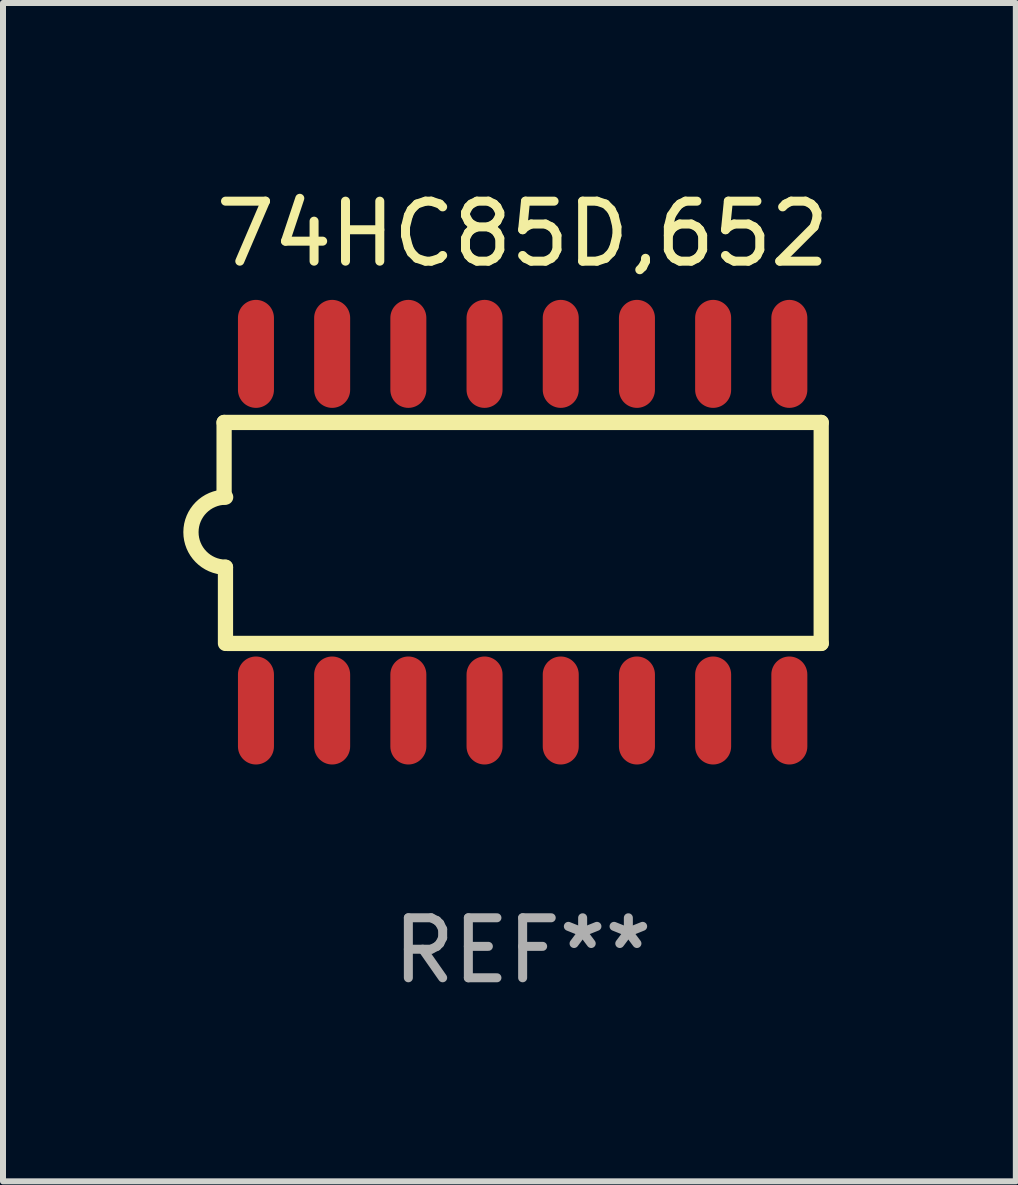
<source format=kicad_pcb>
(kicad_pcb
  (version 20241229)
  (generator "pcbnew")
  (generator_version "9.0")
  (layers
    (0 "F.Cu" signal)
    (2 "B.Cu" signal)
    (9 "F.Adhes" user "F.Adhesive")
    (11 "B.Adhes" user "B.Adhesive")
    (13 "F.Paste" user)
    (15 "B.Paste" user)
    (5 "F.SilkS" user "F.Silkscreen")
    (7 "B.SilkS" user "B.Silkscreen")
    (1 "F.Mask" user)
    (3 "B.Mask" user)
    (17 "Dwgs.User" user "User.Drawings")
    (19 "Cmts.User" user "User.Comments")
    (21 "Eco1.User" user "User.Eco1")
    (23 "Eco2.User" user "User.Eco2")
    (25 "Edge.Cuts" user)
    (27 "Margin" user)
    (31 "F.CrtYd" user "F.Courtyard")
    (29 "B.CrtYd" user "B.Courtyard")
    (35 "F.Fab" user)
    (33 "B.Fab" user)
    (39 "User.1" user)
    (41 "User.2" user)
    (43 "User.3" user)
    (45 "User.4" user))
  (footprint "74HC85D,652"
    (layer "F.Cu")
    (at 5.661 5.82)
    (property "Reference" "74HC85D,652" (at 0 -4.972 0) (layer "F.SilkS") (effects (font (size 1 1) (thickness 0.15))))
    (attr through_hole)
    (fp_line (start -4.976 -1.829) (end -4.976 -0.584) (stroke (width 0.254) (type solid)) (layer "F.SilkS"))
    (fp_line (start -4.953 0.584) (end -4.953 1.854) (stroke (width 0.254) (type solid)) (layer "F.SilkS"))
    (fp_line (start -4.928 1.854) (end 4.976 1.854) (stroke (width 0.254) (type solid)) (layer "F.SilkS"))
    (fp_line (start 4.976 -1.829) (end -4.976 -1.829) (stroke (width 0.254) (type solid)) (layer "F.SilkS"))
    (fp_line (start 4.976 1.854) (end 4.976 -1.829) (stroke (width 0.254) (type solid)) (layer "F.SilkS"))
    (fp_arc (start -4.95301 0.584201) (mid -5.533866 -0.00152) (end -4.950088 -0.584329) (stroke (width 0.254001) (type solid)) (layer "F.SilkS"))
    (fp_text user "REF**" (at 0 6.972 0) (layer "F.Fab") (effects (font (size 1 1) (thickness 0.15))))
    (pad "1" smd oval (at -4.445 2.972 180) (size 0.6 1.8) (layers "F.Cu" "F.Mask" "F.Paste"))
    (pad "2" smd oval (at -3.175 2.972 180) (size 0.6 1.8) (layers "F.Cu" "F.Mask" "F.Paste"))
    (pad "3" smd oval (at -1.905 2.972 180) (size 0.6 1.8) (layers "F.Cu" "F.Mask" "F.Paste"))
    (pad "4" smd oval (at -0.635 2.972 180) (size 0.6 1.8) (layers "F.Cu" "F.Mask" "F.Paste"))
    (pad "5" smd oval (at 0.635 2.972 180) (size 0.6 1.8) (layers "F.Cu" "F.Mask" "F.Paste"))
    (pad "6" smd oval (at 1.905 2.972 180) (size 0.6 1.8) (layers "F.Cu" "F.Mask" "F.Paste"))
    (pad "7" smd oval (at 3.175 2.972 180) (size 0.6 1.8) (layers "F.Cu" "F.Mask" "F.Paste"))
    (pad "8" smd oval (at 4.445 2.972 180) (size 0.6 1.8) (layers "F.Cu" "F.Mask" "F.Paste"))
    (pad "9" smd oval (at 4.445 -2.972 180) (size 0.6 1.8) (layers "F.Cu" "F.Mask" "F.Paste"))
    (pad "10" smd oval (at 3.175 -2.972 180) (size 0.6 1.8) (layers "F.Cu" "F.Mask" "F.Paste"))
    (pad "11" smd oval (at 1.905 -2.972 180) (size 0.6 1.8) (layers "F.Cu" "F.Mask" "F.Paste"))
    (pad "12" smd oval (at 0.635 -2.972 180) (size 0.6 1.8) (layers "F.Cu" "F.Mask" "F.Paste"))
    (pad "13" smd oval (at -0.635 -2.972 180) (size 0.6 1.8) (layers "F.Cu" "F.Mask" "F.Paste"))
    (pad "14" smd oval (at -1.905 -2.972 180) (size 0.6 1.8) (layers "F.Cu" "F.Mask" "F.Paste"))
    (pad "15" smd oval (at -3.175 -2.972 180) (size 0.6 1.8) (layers "F.Cu" "F.Mask" "F.Paste"))
    (pad "16" smd oval (at -4.445 -2.972 180) (size 0.6 1.8) (layers "F.Cu" "F.Mask" "F.Paste")))
  (gr_rect
    (start -3 -3)
    (end 13.881 16.64)
    (stroke (width 0.1) (type default))
    (fill no)
    (layer "Edge.Cuts")))
</source>
